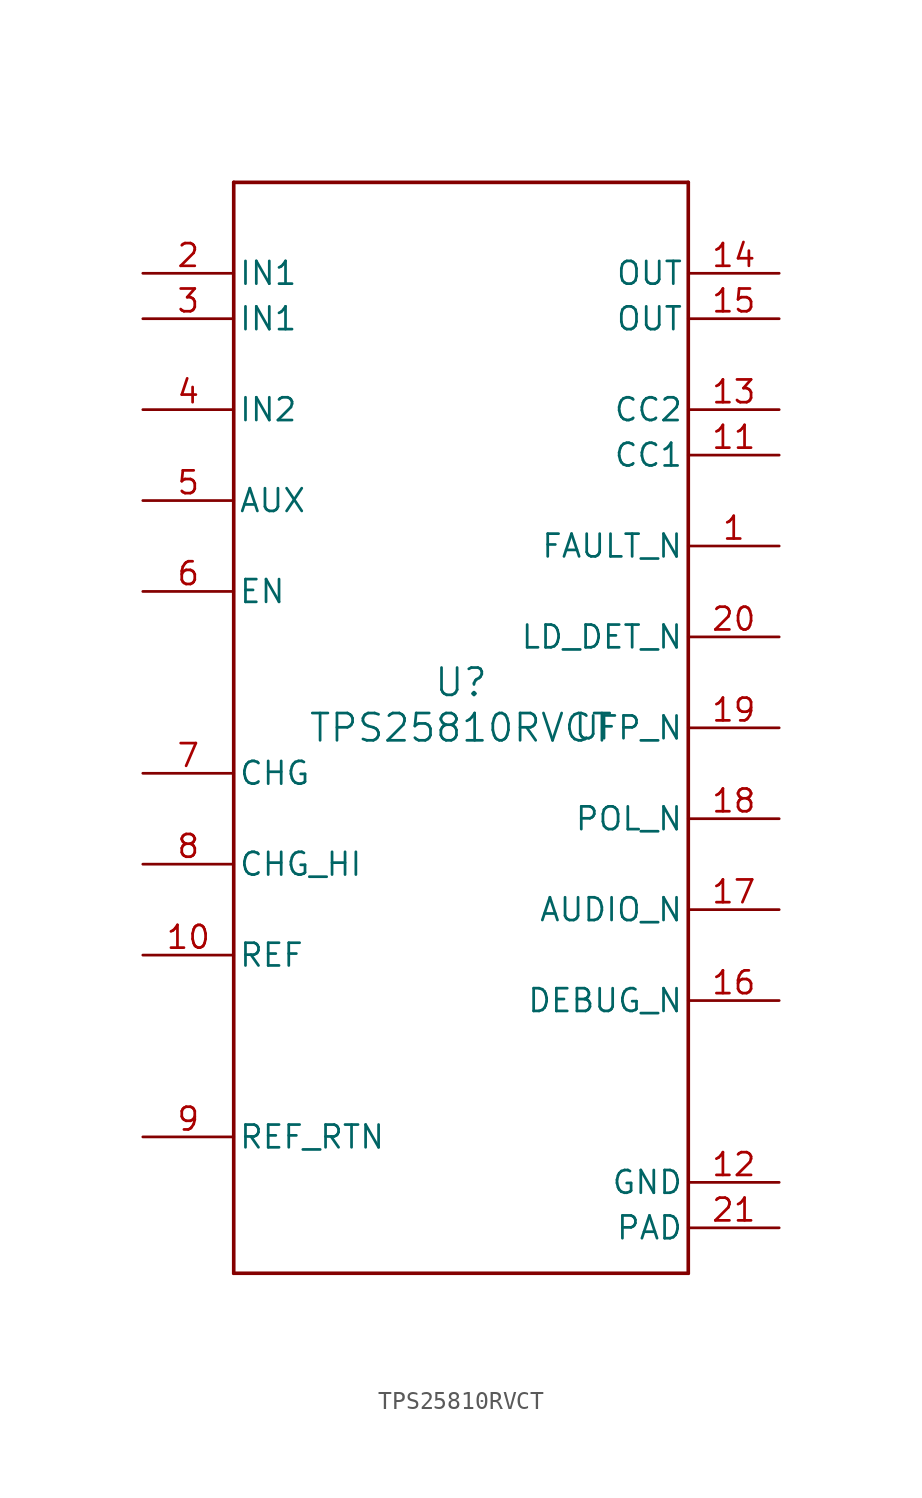
<source format=kicad_sym>
(kicad_symbol_lib
  (version 20211014)
  (generator kicad_symbol_editor)
  (symbol "TPS25810RVCT"
    (pin_names
      (offset 0.254))
    (property "Reference" "U"
      (at 0 2.54 0)
      (effects (font (size 1.524 1.524))))
    (property "Value" "TPS25810RVCT"
      (at 0 0 0)
      (effects (font (size 1.524 1.524))))
    (symbol "TPS25810RVCT_0_1"
      (polyline (pts (xy -12.7 -30.48) (xy 12.7 -30.48)) (stroke (width 0.203) (type default) (color 0 0 0 0)) (fill (type none)))
      (polyline (pts (xy 12.7 -30.48) (xy 12.7 30.48)) (stroke (width 0.203) (type default) (color 0 0 0 0)) (fill (type none)))
      (polyline (pts (xy 12.7 30.48) (xy -12.7 30.48)) (stroke (width 0.203) (type default) (color 0 0 0 0)) (fill (type none)))
      (polyline (pts (xy -12.7 30.48) (xy -12.7 -30.48)) (stroke (width 0.203) (type default) (color 0 0 0 0)) (fill (type none)))
      (pin open_collector line (at 17.78 10.16 180) (length 5.08) (name "FAULT_N" (effects (font (size 1.27 1.27)))) (number "1" (effects (font (size 1.27 1.27)))))
      (pin power_in line (at -17.78 25.4 0) (length 5.08) (name "IN1" (effects (font (size 1.27 1.27)))) (number "2" (effects (font (size 1.27 1.27)))))
      (pin power_in line (at -17.78 22.86 0) (length 5.08) (name "IN1" (effects (font (size 1.27 1.27)))) (number "3" (effects (font (size 1.27 1.27)))))
      (pin power_in line (at -17.78 17.78 0) (length 5.08) (name "IN2" (effects (font (size 1.27 1.27)))) (number "4" (effects (font (size 1.27 1.27)))))
      (pin power_in line (at -17.78 12.7 0) (length 5.08) (name "AUX" (effects (font (size 1.27 1.27)))) (number "5" (effects (font (size 1.27 1.27)))))
      (pin input line (at -17.78 7.62 0) (length 5.08) (name "EN" (effects (font (size 1.27 1.27)))) (number "6" (effects (font (size 1.27 1.27)))))
      (pin input line (at -17.78 -2.54 0) (length 5.08) (name "CHG" (effects (font (size 1.27 1.27)))) (number "7" (effects (font (size 1.27 1.27)))))
      (pin input line (at -17.78 -7.62 0) (length 5.08) (name "CHG_HI" (effects (font (size 1.27 1.27)))) (number "8" (effects (font (size 1.27 1.27)))))
      (pin input line (at -17.78 -22.86 0) (length 5.08) (name "REF_RTN" (effects (font (size 1.27 1.27)))) (number "9" (effects (font (size 1.27 1.27)))))
      (pin input line (at -17.78 -12.7 0) (length 5.08) (name "REF" (effects (font (size 1.27 1.27)))) (number "10" (effects (font (size 1.27 1.27)))))
      (pin bidirectional line (at 17.78 15.24 180) (length 5.08) (name "CC1" (effects (font (size 1.27 1.27)))) (number "11" (effects (font (size 1.27 1.27)))))
      (pin power_in line (at 17.78 -25.4 180) (length 5.08) (name "GND" (effects (font (size 1.27 1.27)))) (number "12" (effects (font (size 1.27 1.27)))))
      (pin bidirectional line (at 17.78 17.78 180) (length 5.08) (name "CC2" (effects (font (size 1.27 1.27)))) (number "13" (effects (font (size 1.27 1.27)))))
      (pin power_in line (at 17.78 25.4 180) (length 5.08) (name "OUT" (effects (font (size 1.27 1.27)))) (number "14" (effects (font (size 1.27 1.27)))))
      (pin power_in line (at 17.78 22.86 180) (length 5.08) (name "OUT" (effects (font (size 1.27 1.27)))) (number "15" (effects (font (size 1.27 1.27)))))
      (pin open_collector line (at 17.78 -15.24 180) (length 5.08) (name "DEBUG_N" (effects (font (size 1.27 1.27)))) (number "16" (effects (font (size 1.27 1.27)))))
      (pin open_collector line (at 17.78 -10.16 180) (length 5.08) (name "AUDIO_N" (effects (font (size 1.27 1.27)))) (number "17" (effects (font (size 1.27 1.27)))))
      (pin open_collector line (at 17.78 -5.08 180) (length 5.08) (name "POL_N" (effects (font (size 1.27 1.27)))) (number "18" (effects (font (size 1.27 1.27)))))
      (pin open_collector line (at 17.78 0 180) (length 5.08) (name "UFP_N" (effects (font (size 1.27 1.27)))) (number "19" (effects (font (size 1.27 1.27)))))
      (pin open_collector line (at 17.78 5.08 180) (length 5.08) (name "LD_DET_N" (effects (font (size 1.27 1.27)))) (number "20" (effects (font (size 1.27 1.27)))))
      (pin power_in line (at 17.78 -27.94 180) (length 5.08) (name "PAD" (effects (font (size 1.27 1.27)))) (number "21" (effects (font (size 1.27 1.27))))))))
</source>
